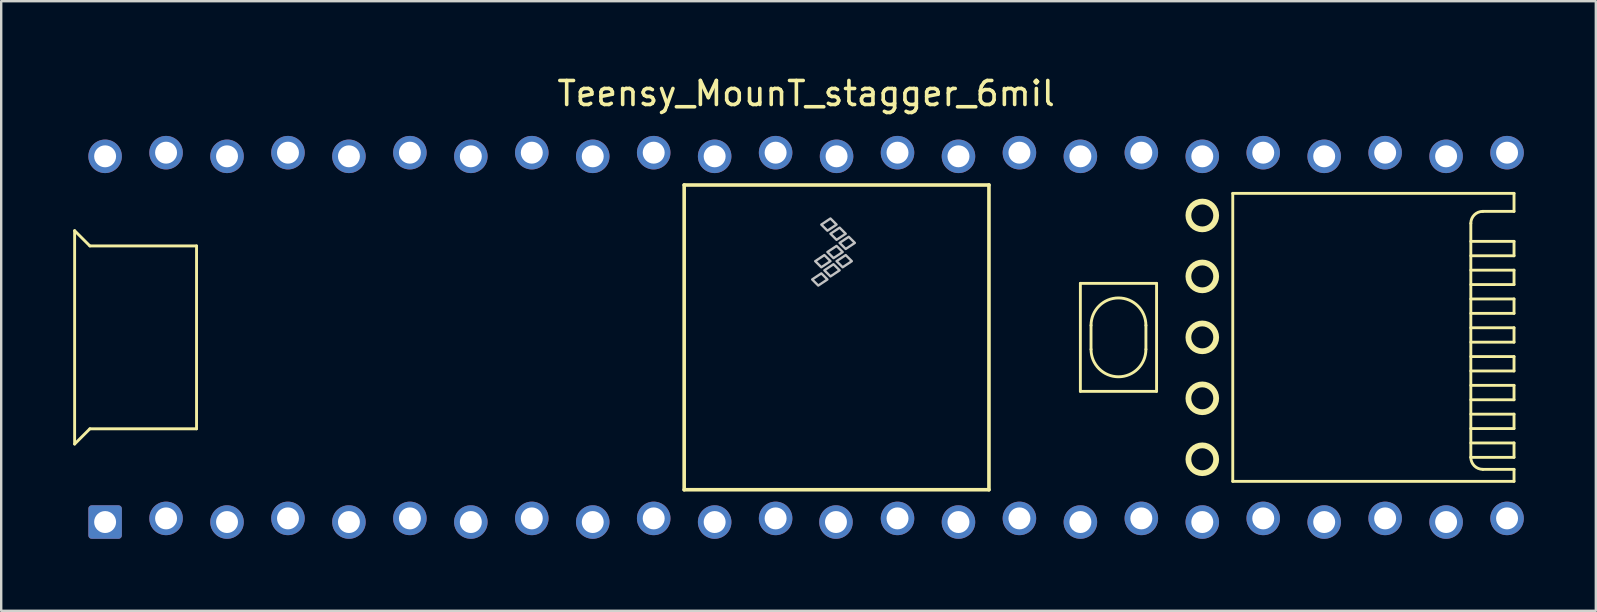
<source format=kicad_pcb>
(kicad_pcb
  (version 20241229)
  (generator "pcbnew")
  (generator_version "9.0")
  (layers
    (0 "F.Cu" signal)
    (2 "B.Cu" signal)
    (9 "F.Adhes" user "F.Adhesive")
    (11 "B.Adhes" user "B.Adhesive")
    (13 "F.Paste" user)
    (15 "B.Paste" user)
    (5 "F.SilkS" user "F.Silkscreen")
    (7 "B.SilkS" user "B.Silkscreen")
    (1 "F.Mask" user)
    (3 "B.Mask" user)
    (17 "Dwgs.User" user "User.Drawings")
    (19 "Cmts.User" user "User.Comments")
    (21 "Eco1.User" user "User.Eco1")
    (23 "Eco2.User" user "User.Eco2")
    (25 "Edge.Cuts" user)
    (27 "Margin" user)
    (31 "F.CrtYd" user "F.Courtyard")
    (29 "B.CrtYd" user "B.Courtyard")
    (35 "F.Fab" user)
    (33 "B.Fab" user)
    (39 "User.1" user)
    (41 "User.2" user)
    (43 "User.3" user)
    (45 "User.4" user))
  (footprint "Teensy_MounT_stagger_6mil"
    (layer "F.Cu")
    (at 30.54 11.008)
    (property "Reference" "Teensy_MounT_stagger_6mil" (at 0 -10.16 0) (layer "F.SilkS") (effects (font (size 1 1) (thickness 0.15))))
    (attr through_hole)
    (fp_line (start -30.48 -4.445) (end -30.48 4.445) (stroke (width 0.12) (type solid)) (layer "F.SilkS"))
    (fp_line (start -30.48 -4.445) (end -29.845 -3.81) (stroke (width 0.12) (type solid)) (layer "F.SilkS"))
    (fp_line (start -30.48 4.445) (end -29.845 3.81) (stroke (width 0.12) (type solid)) (layer "F.SilkS"))
    (fp_line (start -25.4 -3.81) (end -29.845 -3.81) (stroke (width 0.12) (type solid)) (layer "F.SilkS"))
    (fp_line (start -25.4 3.81) (end -29.845 3.81) (stroke (width 0.12) (type solid)) (layer "F.SilkS"))
    (fp_line (start -25.4 3.81) (end -25.4 -3.81) (stroke (width 0.12) (type solid)) (layer "F.SilkS"))
    (fp_line (start -5.08 -6.35) (end -5.08 6.35) (stroke (width 0.15) (type solid)) (layer "F.SilkS"))
    (fp_line (start -5.08 -6.35) (end 7.62 -6.35) (stroke (width 0.15) (type solid)) (layer "F.SilkS"))
    (fp_line (start -5.08 6.35) (end 7.62 6.35) (stroke (width 0.15) (type solid)) (layer "F.SilkS"))
    (fp_line (start 7.62 6.35) (end 7.62 -6.35) (stroke (width 0.15) (type solid)) (layer "F.SilkS"))
    (fp_line (start 11.43 -2.25) (end 11.43 2.25) (stroke (width 0.12) (type solid)) (layer "F.SilkS"))
    (fp_line (start 11.43 2.25) (end 14.605 2.25) (stroke (width 0.12) (type solid)) (layer "F.SilkS"))
    (fp_line (start 11.874 -0.5) (end 11.874 0.5) (stroke (width 0.12) (type solid)) (layer "F.SilkS"))
    (fp_line (start 14.161 -0.5) (end 14.161 0.5) (stroke (width 0.12) (type solid)) (layer "F.SilkS"))
    (fp_line (start 14.605 -2.25) (end 11.43 -2.25) (stroke (width 0.12) (type solid)) (layer "F.SilkS"))
    (fp_line (start 14.605 2.25) (end 14.605 -2.25) (stroke (width 0.12) (type solid)) (layer "F.SilkS"))
    (fp_line (start 17.78 6) (end 17.78 -6) (stroke (width 0.12) (type solid)) (layer "F.SilkS"))
    (fp_line (start 17.78 6) (end 29.5 6) (stroke (width 0.12) (type solid)) (layer "F.SilkS"))
    (fp_line (start 27.7 -4.75) (end 27.7 5) (stroke (width 0.12) (type solid)) (layer "F.SilkS"))
    (fp_line (start 27.7 -3.4) (end 29.5 -3.4) (stroke (width 0.12) (type solid)) (layer "F.SilkS"))
    (fp_line (start 27.7 -2.2) (end 29.5 -2.2) (stroke (width 0.12) (type solid)) (layer "F.SilkS"))
    (fp_line (start 27.7 -1) (end 29.5 -1) (stroke (width 0.12) (type solid)) (layer "F.SilkS"))
    (fp_line (start 27.7 0.2) (end 29.5 0.2) (stroke (width 0.12) (type solid)) (layer "F.SilkS"))
    (fp_line (start 27.7 1.4) (end 29.5 1.4) (stroke (width 0.12) (type solid)) (layer "F.SilkS"))
    (fp_line (start 27.7 2.6) (end 29.5 2.6) (stroke (width 0.12) (type solid)) (layer "F.SilkS"))
    (fp_line (start 27.7 3.8) (end 29.5 3.8) (stroke (width 0.12) (type solid)) (layer "F.SilkS"))
    (fp_line (start 27.7 5) (end 29.5 5) (stroke (width 0.12) (type solid)) (layer "F.SilkS"))
    (fp_line (start 29.5 -6) (end 17.78 -6) (stroke (width 0.12) (type solid)) (layer "F.SilkS"))
    (fp_line (start 29.5 -6) (end 29.5 -5.25) (stroke (width 0.12) (type solid)) (layer "F.SilkS"))
    (fp_line (start 29.5 -5.25) (end 28.2 -5.25) (stroke (width 0.12) (type solid)) (layer "F.SilkS"))
    (fp_line (start 29.5 -4) (end 27.7 -4) (stroke (width 0.12) (type solid)) (layer "F.SilkS"))
    (fp_line (start 29.5 -3.4) (end 29.5 -4) (stroke (width 0.12) (type solid)) (layer "F.SilkS"))
    (fp_line (start 29.5 -2.8) (end 27.7 -2.8) (stroke (width 0.12) (type solid)) (layer "F.SilkS"))
    (fp_line (start 29.5 -2.2) (end 29.5 -2.8) (stroke (width 0.12) (type solid)) (layer "F.SilkS"))
    (fp_line (start 29.5 -1.6) (end 27.7 -1.6) (stroke (width 0.12) (type solid)) (layer "F.SilkS"))
    (fp_line (start 29.5 -1) (end 29.5 -1.6) (stroke (width 0.12) (type solid)) (layer "F.SilkS"))
    (fp_line (start 29.5 -0.4) (end 27.7 -0.4) (stroke (width 0.12) (type solid)) (layer "F.SilkS"))
    (fp_line (start 29.5 0.2) (end 29.5 -0.4) (stroke (width 0.12) (type solid)) (layer "F.SilkS"))
    (fp_line (start 29.5 0.8) (end 27.7 0.8) (stroke (width 0.12) (type solid)) (layer "F.SilkS"))
    (fp_line (start 29.5 1.4) (end 29.5 0.8) (stroke (width 0.12) (type solid)) (layer "F.SilkS"))
    (fp_line (start 29.5 2) (end 27.7 2) (stroke (width 0.12) (type solid)) (layer "F.SilkS"))
    (fp_line (start 29.5 2.6) (end 29.5 2) (stroke (width 0.12) (type solid)) (layer "F.SilkS"))
    (fp_line (start 29.5 3.2) (end 27.7 3.2) (stroke (width 0.12) (type solid)) (layer "F.SilkS"))
    (fp_line (start 29.5 3.8) (end 29.5 3.2) (stroke (width 0.12) (type solid)) (layer "F.SilkS"))
    (fp_line (start 29.5 4.4) (end 27.7 4.4) (stroke (width 0.12) (type solid)) (layer "F.SilkS"))
    (fp_line (start 29.5 5) (end 29.5 4.4) (stroke (width 0.12) (type solid)) (layer "F.SilkS"))
    (fp_line (start 29.5 5.5) (end 28.2 5.5) (stroke (width 0.12) (type solid)) (layer "F.SilkS"))
    (fp_line (start 29.5 6) (end 29.5 5.5) (stroke (width 0.12) (type solid)) (layer "F.SilkS"))
    (fp_arc (start 11.8745 -0.5) (mid 13.0175 -1.643) (end 14.1605 -0.5) (stroke (width 0.12) (type solid)) (layer "F.SilkS"))
    (fp_arc (start 14.1605 0.5) (mid 13.0175 1.643) (end 11.8745 0.5) (stroke (width 0.12) (type solid)) (layer "F.SilkS"))
    (fp_arc (start 27.7 -4.75) (mid 27.846447 -5.103553) (end 28.2 -5.25) (stroke (width 0.12) (type solid)) (layer "F.SilkS"))
    (fp_arc (start 28.2 5.5) (mid 27.846447 5.353553) (end 27.7 5) (stroke (width 0.12) (type solid)) (layer "F.SilkS"))
    (fp_circle (center 16.51 -5.08) (end 17.089 -5.08) (stroke (width 0.241) (type solid)) (fill no) (layer "F.SilkS"))
    (fp_circle (center 16.51 -2.54) (end 17.089 -2.54) (stroke (width 0.241) (type solid)) (fill no) (layer "F.SilkS"))
    (fp_circle (center 16.51 0) (end 17.089 0) (stroke (width 0.241) (type solid)) (fill no) (layer "F.SilkS"))
    (fp_circle (center 16.51 2.54) (end 17.089 2.54) (stroke (width 0.241) (type solid)) (fill no) (layer "F.SilkS"))
    (fp_circle (center 16.51 5.08) (end 17.089 5.08) (stroke (width 0.241) (type solid)) (fill no) (layer "F.SilkS"))
    (fp_poly (pts (xy 0.635 -2.667) (xy 0.889 -2.413) (xy 0.508 -2.159) (xy 0.254 -2.413)) (stroke (width 0.1) (type solid)) (fill no) (layer "Dwgs.User"))
    (fp_poly (pts (xy 0.762 -3.429) (xy 1.016 -3.175) (xy 0.635 -2.921) (xy 0.381 -3.175)) (stroke (width 0.1) (type solid)) (fill no) (layer "Dwgs.User"))
    (fp_poly (pts (xy 1.016 -4.953) (xy 1.27 -4.699) (xy 0.889 -4.445) (xy 0.635 -4.699)) (stroke (width 0.1) (type solid)) (fill no) (layer "Dwgs.User"))
    (fp_poly (pts (xy 1.143 -3.048) (xy 1.397 -2.794) (xy 1.016 -2.54) (xy 0.762 -2.794)) (stroke (width 0.1) (type solid)) (fill no) (layer "Dwgs.User"))
    (fp_poly (pts (xy 1.27 -3.81) (xy 1.524 -3.556) (xy 1.143 -3.302) (xy 0.889 -3.556)) (stroke (width 0.1) (type solid)) (fill no) (layer "Dwgs.User"))
    (fp_poly (pts (xy 1.397 -4.572) (xy 1.651 -4.318) (xy 1.27 -4.064) (xy 1.016 -4.318)) (stroke (width 0.1) (type solid)) (fill no) (layer "Dwgs.User"))
    (fp_poly (pts (xy 1.651 -3.429) (xy 1.905 -3.175) (xy 1.524 -2.921) (xy 1.27 -3.175)) (stroke (width 0.1) (type solid)) (fill no) (layer "Dwgs.User"))
    (fp_poly (pts (xy 1.778 -4.191) (xy 2.032 -3.937) (xy 1.651 -3.683) (xy 1.397 -3.937)) (stroke (width 0.1) (type solid)) (fill no) (layer "Dwgs.User"))
    (pad "1" thru_hole roundrect (at -29.21 7.696) (size 1.397 1.397) (drill 0.914) (layers "*.Cu" "*.Mask") (roundrect_rratio 0.1))
    (pad "2" thru_hole circle (at -26.67 7.544) (size 1.397 1.397) (drill 0.914) (layers "*.Cu" "*.Mask"))
    (pad "3" thru_hole circle (at -24.13 7.696) (size 1.397 1.397) (drill 0.914) (layers "*.Cu" "*.Mask"))
    (pad "4" thru_hole circle (at -21.59 7.544) (size 1.397 1.397) (drill 0.914) (layers "*.Cu" "*.Mask"))
    (pad "5" thru_hole circle (at -19.05 7.696) (size 1.397 1.397) (drill 0.914) (layers "*.Cu" "*.Mask"))
    (pad "6" thru_hole circle (at -16.51 7.544) (size 1.397 1.397) (drill 0.914) (layers "*.Cu" "*.Mask"))
    (pad "7" thru_hole circle (at -13.97 7.696) (size 1.397 1.397) (drill 0.914) (layers "*.Cu" "*.Mask"))
    (pad "8" thru_hole circle (at -11.43 7.544) (size 1.397 1.397) (drill 0.914) (layers "*.Cu" "*.Mask"))
    (pad "9" thru_hole circle (at -8.89 7.696) (size 1.397 1.397) (drill 0.914) (layers "*.Cu" "*.Mask"))
    (pad "10" thru_hole circle (at -6.35 7.544) (size 1.397 1.397) (drill 0.914) (layers "*.Cu" "*.Mask"))
    (pad "11" thru_hole circle (at -3.81 7.696) (size 1.397 1.397) (drill 0.914) (layers "*.Cu" "*.Mask"))
    (pad "12" thru_hole circle (at -1.27 7.544) (size 1.397 1.397) (drill 0.914) (layers "*.Cu" "*.Mask"))
    (pad "13" thru_hole circle (at 1.245 7.696) (size 1.397 1.397) (drill 0.914) (layers "*.Cu" "*.Mask"))
    (pad "14" thru_hole circle (at 3.81 7.544) (size 1.397 1.397) (drill 0.914) (layers "*.Cu" "*.Mask"))
    (pad "15" thru_hole circle (at 6.35 7.696) (size 1.397 1.397) (drill 0.914) (layers "*.Cu" "*.Mask"))
    (pad "16" thru_hole circle (at 8.89 7.544) (size 1.397 1.397) (drill 0.914) (layers "*.Cu" "*.Mask"))
    (pad "17" thru_hole circle (at 11.43 7.696) (size 1.397 1.397) (drill 0.914) (layers "*.Cu" "*.Mask"))
    (pad "18" thru_hole circle (at 13.97 7.544) (size 1.397 1.397) (drill 0.914) (layers "*.Cu" "*.Mask"))
    (pad "19" thru_hole circle (at 16.51 7.696) (size 1.397 1.397) (drill 0.914) (layers "*.Cu" "*.Mask"))
    (pad "20" thru_hole circle (at 19.05 7.544) (size 1.397 1.397) (drill 0.914) (layers "*.Cu" "*.Mask"))
    (pad "21" thru_hole circle (at 21.59 7.696) (size 1.397 1.397) (drill 0.914) (layers "*.Cu" "*.Mask"))
    (pad "22" thru_hole circle (at 24.13 7.544) (size 1.397 1.397) (drill 0.914) (layers "*.Cu" "*.Mask"))
    (pad "23" thru_hole circle (at 26.67 7.696) (size 1.397 1.397) (drill 0.914) (layers "*.Cu" "*.Mask"))
    (pad "24" thru_hole circle (at 29.21 7.544) (size 1.397 1.397) (drill 0.914) (layers "*.Cu" "*.Mask"))
    (pad "30" thru_hole circle (at 29.21 -7.696) (size 1.397 1.397) (drill 0.914) (layers "*.Cu" "*.Mask"))
    (pad "31" thru_hole circle (at 26.67 -7.544) (size 1.397 1.397) (drill 0.914) (layers "*.Cu" "*.Mask"))
    (pad "32" thru_hole circle (at 24.13 -7.696) (size 1.397 1.397) (drill 0.914) (layers "*.Cu" "*.Mask"))
    (pad "33" thru_hole circle (at 21.59 -7.544) (size 1.397 1.397) (drill 0.914) (layers "*.Cu" "*.Mask"))
    (pad "34" thru_hole circle (at 19.05 -7.696) (size 1.397 1.397) (drill 0.914) (layers "*.Cu" "*.Mask"))
    (pad "35" thru_hole circle (at 16.51 -7.544) (size 1.397 1.397) (drill 0.914) (layers "*.Cu" "*.Mask"))
    (pad "36" thru_hole circle (at 13.97 -7.696) (size 1.397 1.397) (drill 0.914) (layers "*.Cu" "*.Mask"))
    (pad "37" thru_hole circle (at 11.43 -7.544) (size 1.397 1.397) (drill 0.914) (layers "*.Cu" "*.Mask"))
    (pad "38" thru_hole circle (at 8.89 -7.696) (size 1.397 1.397) (drill 0.914) (layers "*.Cu" "*.Mask"))
    (pad "39" thru_hole circle (at 6.35 -7.544) (size 1.397 1.397) (drill 0.914) (layers "*.Cu" "*.Mask"))
    (pad "40" thru_hole circle (at 3.81 -7.696) (size 1.397 1.397) (drill 0.914) (layers "*.Cu" "*.Mask"))
    (pad "41" thru_hole circle (at 1.27 -7.544) (size 1.397 1.397) (drill 0.914) (layers "*.Cu" "*.Mask"))
    (pad "42" thru_hole circle (at -1.27 -7.696) (size 1.397 1.397) (drill 0.914) (layers "*.Cu" "*.Mask"))
    (pad "43" thru_hole circle (at -3.81 -7.544) (size 1.397 1.397) (drill 0.914) (layers "*.Cu" "*.Mask"))
    (pad "44" thru_hole circle (at -6.35 -7.696) (size 1.397 1.397) (drill 0.914) (layers "*.Cu" "*.Mask"))
    (pad "45" thru_hole circle (at -8.89 -7.544) (size 1.397 1.397) (drill 0.914) (layers "*.Cu" "*.Mask"))
    (pad "46" thru_hole circle (at -11.43 -7.696) (size 1.397 1.397) (drill 0.914) (layers "*.Cu" "*.Mask"))
    (pad "47" thru_hole circle (at -13.97 -7.544) (size 1.397 1.397) (drill 0.914) (layers "*.Cu" "*.Mask"))
    (pad "48" thru_hole circle (at -16.51 -7.696) (size 1.397 1.397) (drill 0.914) (layers "*.Cu" "*.Mask"))
    (pad "49" thru_hole circle (at -19.05 -7.544) (size 1.397 1.397) (drill 0.914) (layers "*.Cu" "*.Mask"))
    (pad "50" thru_hole circle (at -21.59 -7.696) (size 1.397 1.397) (drill 0.914) (layers "*.Cu" "*.Mask"))
    (pad "51" thru_hole circle (at -24.13 -7.544) (size 1.397 1.397) (drill 0.914) (layers "*.Cu" "*.Mask"))
    (pad "52" thru_hole circle (at -26.67 -7.696) (size 1.397 1.397) (drill 0.914) (layers "*.Cu" "*.Mask"))
    (pad "53" thru_hole circle (at -29.21 -7.544) (size 1.397 1.397) (drill 0.914) (layers "*.Cu" "*.Mask")))
  (gr_rect
    (start -3 -3)
    (end 63.449 22.403)
    (stroke (width 0.1) (type default))
    (fill no)
    (layer "Edge.Cuts")))
</source>
